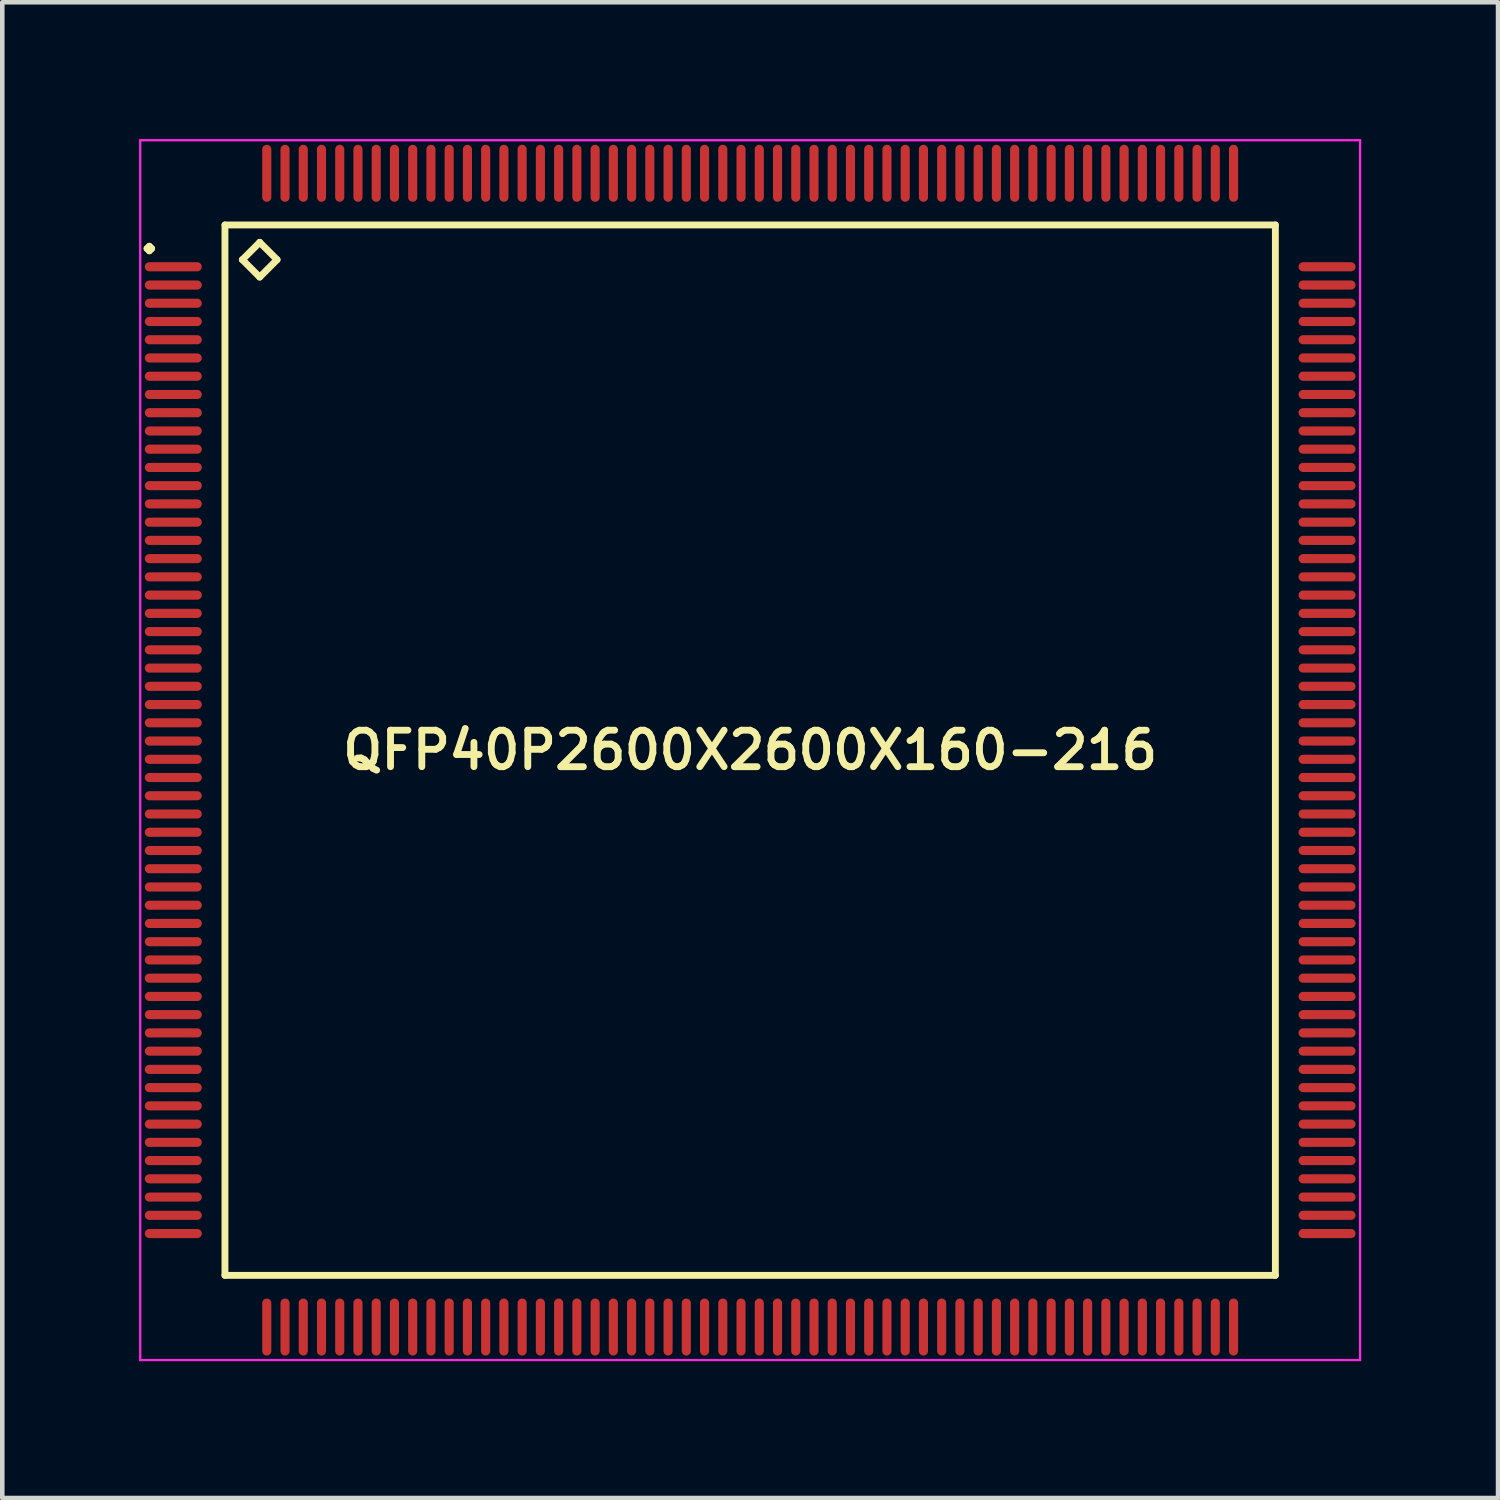
<source format=kicad_pcb>
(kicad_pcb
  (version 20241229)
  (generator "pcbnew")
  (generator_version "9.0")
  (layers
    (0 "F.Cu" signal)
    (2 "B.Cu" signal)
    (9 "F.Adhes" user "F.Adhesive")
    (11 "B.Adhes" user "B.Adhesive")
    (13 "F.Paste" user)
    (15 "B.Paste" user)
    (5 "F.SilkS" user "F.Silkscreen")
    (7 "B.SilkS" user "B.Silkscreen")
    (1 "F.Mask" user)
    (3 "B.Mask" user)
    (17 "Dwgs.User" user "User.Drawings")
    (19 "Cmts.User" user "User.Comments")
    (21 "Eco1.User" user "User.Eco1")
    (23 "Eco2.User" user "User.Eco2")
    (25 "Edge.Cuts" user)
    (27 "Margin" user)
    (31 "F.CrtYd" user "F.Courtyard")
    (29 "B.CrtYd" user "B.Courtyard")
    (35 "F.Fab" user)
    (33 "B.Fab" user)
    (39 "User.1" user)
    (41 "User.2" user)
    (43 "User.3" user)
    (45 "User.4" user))
  (footprint "QFP40P2600X2600X160-216"
    (layer "F.Cu")
    (at 13.4 13.4)
    (property "Reference" "QFP40P2600X2600X160-216" (at 0 0 0) (layer "F.SilkS") (effects (font (size 0.8 0.8) (thickness 0.15))))
    (attr smd)
    (fp_line (start -13.225 -11) (end -13.175 -11.05) (stroke (width 0.15) (type solid)) (layer "F.SilkS"))
    (fp_line (start -13.175 -11.05) (end -13.125 -11) (stroke (width 0.15) (type solid)) (layer "F.SilkS"))
    (fp_line (start -13.175 -10.95) (end -13.225 -11) (stroke (width 0.15) (type solid)) (layer "F.SilkS"))
    (fp_line (start -13.125 -11) (end -13.175 -10.95) (stroke (width 0.15) (type solid)) (layer "F.SilkS"))
    (fp_line (start -11.517 -11.517) (end -11.517 11.517) (stroke (width 0.15) (type solid)) (layer "F.SilkS"))
    (fp_line (start -11.517 11.517) (end 11.517 11.517) (stroke (width 0.15) (type solid)) (layer "F.SilkS"))
    (fp_line (start -11.136 -10.755) (end -10.755 -11.136) (stroke (width 0.15) (type solid)) (layer "F.SilkS"))
    (fp_line (start -10.755 -11.136) (end -10.374 -10.755) (stroke (width 0.15) (type solid)) (layer "F.SilkS"))
    (fp_line (start -10.755 -10.374) (end -11.136 -10.755) (stroke (width 0.15) (type solid)) (layer "F.SilkS"))
    (fp_line (start -10.374 -10.755) (end -10.755 -10.374) (stroke (width 0.15) (type solid)) (layer "F.SilkS"))
    (fp_line (start 11.517 -11.517) (end -11.517 -11.517) (stroke (width 0.15) (type solid)) (layer "F.SilkS"))
    (fp_line (start 11.517 11.517) (end 11.517 -11.517) (stroke (width 0.15) (type solid)) (layer "F.SilkS"))
    (fp_line (start -13.375 -13.375) (end 13.375 -13.375) (stroke (width 0.05) (type solid)) (layer "F.CrtYd"))
    (fp_line (start -13.375 13.375) (end -13.375 -13.375) (stroke (width 0.05) (type solid)) (layer "F.CrtYd"))
    (fp_line (start 13.375 -13.375) (end 13.375 13.375) (stroke (width 0.05) (type solid)) (layer "F.CrtYd"))
    (fp_line (start 13.375 13.375) (end -13.375 13.375) (stroke (width 0.05) (type solid)) (layer "F.CrtYd"))
    (pad "1" smd oval (at -12.65 -10.6) (size 1.25 0.2) (layers "F.Cu" "F.Mask" "F.Paste"))
    (pad "2" smd oval (at -12.65 -10.2) (size 1.25 0.2) (layers "F.Cu" "F.Mask" "F.Paste"))
    (pad "3" smd oval (at -12.65 -9.8) (size 1.25 0.2) (layers "F.Cu" "F.Mask" "F.Paste"))
    (pad "4" smd oval (at -12.65 -9.4) (size 1.25 0.2) (layers "F.Cu" "F.Mask" "F.Paste"))
    (pad "5" smd oval (at -12.65 -9) (size 1.25 0.2) (layers "F.Cu" "F.Mask" "F.Paste"))
    (pad "6" smd oval (at -12.65 -8.6) (size 1.25 0.2) (layers "F.Cu" "F.Mask" "F.Paste"))
    (pad "7" smd oval (at -12.65 -8.2) (size 1.25 0.2) (layers "F.Cu" "F.Mask" "F.Paste"))
    (pad "8" smd oval (at -12.65 -7.8) (size 1.25 0.2) (layers "F.Cu" "F.Mask" "F.Paste"))
    (pad "9" smd oval (at -12.65 -7.4) (size 1.25 0.2) (layers "F.Cu" "F.Mask" "F.Paste"))
    (pad "10" smd oval (at -12.65 -7) (size 1.25 0.2) (layers "F.Cu" "F.Mask" "F.Paste"))
    (pad "11" smd oval (at -12.65 -6.6) (size 1.25 0.2) (layers "F.Cu" "F.Mask" "F.Paste"))
    (pad "12" smd oval (at -12.65 -6.2) (size 1.25 0.2) (layers "F.Cu" "F.Mask" "F.Paste"))
    (pad "13" smd oval (at -12.65 -5.8) (size 1.25 0.2) (layers "F.Cu" "F.Mask" "F.Paste"))
    (pad "14" smd oval (at -12.65 -5.4) (size 1.25 0.2) (layers "F.Cu" "F.Mask" "F.Paste"))
    (pad "15" smd oval (at -12.65 -5) (size 1.25 0.2) (layers "F.Cu" "F.Mask" "F.Paste"))
    (pad "16" smd oval (at -12.65 -4.6) (size 1.25 0.2) (layers "F.Cu" "F.Mask" "F.Paste"))
    (pad "17" smd oval (at -12.65 -4.2) (size 1.25 0.2) (layers "F.Cu" "F.Mask" "F.Paste"))
    (pad "18" smd oval (at -12.65 -3.8) (size 1.25 0.2) (layers "F.Cu" "F.Mask" "F.Paste"))
    (pad "19" smd oval (at -12.65 -3.4) (size 1.25 0.2) (layers "F.Cu" "F.Mask" "F.Paste"))
    (pad "20" smd oval (at -12.65 -3) (size 1.25 0.2) (layers "F.Cu" "F.Mask" "F.Paste"))
    (pad "21" smd oval (at -12.65 -2.6) (size 1.25 0.2) (layers "F.Cu" "F.Mask" "F.Paste"))
    (pad "22" smd oval (at -12.65 -2.2) (size 1.25 0.2) (layers "F.Cu" "F.Mask" "F.Paste"))
    (pad "23" smd oval (at -12.65 -1.8) (size 1.25 0.2) (layers "F.Cu" "F.Mask" "F.Paste"))
    (pad "24" smd oval (at -12.65 -1.4) (size 1.25 0.2) (layers "F.Cu" "F.Mask" "F.Paste"))
    (pad "25" smd oval (at -12.65 -1) (size 1.25 0.2) (layers "F.Cu" "F.Mask" "F.Paste"))
    (pad "26" smd oval (at -12.65 -0.6) (size 1.25 0.2) (layers "F.Cu" "F.Mask" "F.Paste"))
    (pad "27" smd oval (at -12.65 -0.2) (size 1.25 0.2) (layers "F.Cu" "F.Mask" "F.Paste"))
    (pad "28" smd oval (at -12.65 0.2) (size 1.25 0.2) (layers "F.Cu" "F.Mask" "F.Paste"))
    (pad "29" smd oval (at -12.65 0.6) (size 1.25 0.2) (layers "F.Cu" "F.Mask" "F.Paste"))
    (pad "30" smd oval (at -12.65 1) (size 1.25 0.2) (layers "F.Cu" "F.Mask" "F.Paste"))
    (pad "31" smd oval (at -12.65 1.4) (size 1.25 0.2) (layers "F.Cu" "F.Mask" "F.Paste"))
    (pad "32" smd oval (at -12.65 1.8) (size 1.25 0.2) (layers "F.Cu" "F.Mask" "F.Paste"))
    (pad "33" smd oval (at -12.65 2.2) (size 1.25 0.2) (layers "F.Cu" "F.Mask" "F.Paste"))
    (pad "34" smd oval (at -12.65 2.6) (size 1.25 0.2) (layers "F.Cu" "F.Mask" "F.Paste"))
    (pad "35" smd oval (at -12.65 3) (size 1.25 0.2) (layers "F.Cu" "F.Mask" "F.Paste"))
    (pad "36" smd oval (at -12.65 3.4) (size 1.25 0.2) (layers "F.Cu" "F.Mask" "F.Paste"))
    (pad "37" smd oval (at -12.65 3.8) (size 1.25 0.2) (layers "F.Cu" "F.Mask" "F.Paste"))
    (pad "38" smd oval (at -12.65 4.2) (size 1.25 0.2) (layers "F.Cu" "F.Mask" "F.Paste"))
    (pad "39" smd oval (at -12.65 4.6) (size 1.25 0.2) (layers "F.Cu" "F.Mask" "F.Paste"))
    (pad "40" smd oval (at -12.65 5) (size 1.25 0.2) (layers "F.Cu" "F.Mask" "F.Paste"))
    (pad "41" smd oval (at -12.65 5.4) (size 1.25 0.2) (layers "F.Cu" "F.Mask" "F.Paste"))
    (pad "42" smd oval (at -12.65 5.8) (size 1.25 0.2) (layers "F.Cu" "F.Mask" "F.Paste"))
    (pad "43" smd oval (at -12.65 6.2) (size 1.25 0.2) (layers "F.Cu" "F.Mask" "F.Paste"))
    (pad "44" smd oval (at -12.65 6.6) (size 1.25 0.2) (layers "F.Cu" "F.Mask" "F.Paste"))
    (pad "45" smd oval (at -12.65 7) (size 1.25 0.2) (layers "F.Cu" "F.Mask" "F.Paste"))
    (pad "46" smd oval (at -12.65 7.4) (size 1.25 0.2) (layers "F.Cu" "F.Mask" "F.Paste"))
    (pad "47" smd oval (at -12.65 7.8) (size 1.25 0.2) (layers "F.Cu" "F.Mask" "F.Paste"))
    (pad "48" smd oval (at -12.65 8.2) (size 1.25 0.2) (layers "F.Cu" "F.Mask" "F.Paste"))
    (pad "49" smd oval (at -12.65 8.6) (size 1.25 0.2) (layers "F.Cu" "F.Mask" "F.Paste"))
    (pad "50" smd oval (at -12.65 9) (size 1.25 0.2) (layers "F.Cu" "F.Mask" "F.Paste"))
    (pad "51" smd oval (at -12.65 9.4) (size 1.25 0.2) (layers "F.Cu" "F.Mask" "F.Paste"))
    (pad "52" smd oval (at -12.65 9.8) (size 1.25 0.2) (layers "F.Cu" "F.Mask" "F.Paste"))
    (pad "53" smd oval (at -12.65 10.2) (size 1.25 0.2) (layers "F.Cu" "F.Mask" "F.Paste"))
    (pad "54" smd oval (at -12.65 10.6) (size 1.25 0.2) (layers "F.Cu" "F.Mask" "F.Paste"))
    (pad "55" smd oval (at -10.6 12.65) (size 0.2 1.25) (layers "F.Cu" "F.Mask" "F.Paste"))
    (pad "56" smd oval (at -10.2 12.65) (size 0.2 1.25) (layers "F.Cu" "F.Mask" "F.Paste"))
    (pad "57" smd oval (at -9.8 12.65) (size 0.2 1.25) (layers "F.Cu" "F.Mask" "F.Paste"))
    (pad "58" smd oval (at -9.4 12.65) (size 0.2 1.25) (layers "F.Cu" "F.Mask" "F.Paste"))
    (pad "59" smd oval (at -9 12.65) (size 0.2 1.25) (layers "F.Cu" "F.Mask" "F.Paste"))
    (pad "60" smd oval (at -8.6 12.65) (size 0.2 1.25) (layers "F.Cu" "F.Mask" "F.Paste"))
    (pad "61" smd oval (at -8.2 12.65) (size 0.2 1.25) (layers "F.Cu" "F.Mask" "F.Paste"))
    (pad "62" smd oval (at -7.8 12.65) (size 0.2 1.25) (layers "F.Cu" "F.Mask" "F.Paste"))
    (pad "63" smd oval (at -7.4 12.65) (size 0.2 1.25) (layers "F.Cu" "F.Mask" "F.Paste"))
    (pad "64" smd oval (at -7 12.65) (size 0.2 1.25) (layers "F.Cu" "F.Mask" "F.Paste"))
    (pad "65" smd oval (at -6.6 12.65) (size 0.2 1.25) (layers "F.Cu" "F.Mask" "F.Paste"))
    (pad "66" smd oval (at -6.2 12.65) (size 0.2 1.25) (layers "F.Cu" "F.Mask" "F.Paste"))
    (pad "67" smd oval (at -5.8 12.65) (size 0.2 1.25) (layers "F.Cu" "F.Mask" "F.Paste"))
    (pad "68" smd oval (at -5.4 12.65) (size 0.2 1.25) (layers "F.Cu" "F.Mask" "F.Paste"))
    (pad "69" smd oval (at -5 12.65) (size 0.2 1.25) (layers "F.Cu" "F.Mask" "F.Paste"))
    (pad "70" smd oval (at -4.6 12.65) (size 0.2 1.25) (layers "F.Cu" "F.Mask" "F.Paste"))
    (pad "71" smd oval (at -4.2 12.65) (size 0.2 1.25) (layers "F.Cu" "F.Mask" "F.Paste"))
    (pad "72" smd oval (at -3.8 12.65) (size 0.2 1.25) (layers "F.Cu" "F.Mask" "F.Paste"))
    (pad "73" smd oval (at -3.4 12.65) (size 0.2 1.25) (layers "F.Cu" "F.Mask" "F.Paste"))
    (pad "74" smd oval (at -3 12.65) (size 0.2 1.25) (layers "F.Cu" "F.Mask" "F.Paste"))
    (pad "75" smd oval (at -2.6 12.65) (size 0.2 1.25) (layers "F.Cu" "F.Mask" "F.Paste"))
    (pad "76" smd oval (at -2.2 12.65) (size 0.2 1.25) (layers "F.Cu" "F.Mask" "F.Paste"))
    (pad "77" smd oval (at -1.8 12.65) (size 0.2 1.25) (layers "F.Cu" "F.Mask" "F.Paste"))
    (pad "78" smd oval (at -1.4 12.65) (size 0.2 1.25) (layers "F.Cu" "F.Mask" "F.Paste"))
    (pad "79" smd oval (at -1 12.65) (size 0.2 1.25) (layers "F.Cu" "F.Mask" "F.Paste"))
    (pad "80" smd oval (at -0.6 12.65) (size 0.2 1.25) (layers "F.Cu" "F.Mask" "F.Paste"))
    (pad "81" smd oval (at -0.2 12.65) (size 0.2 1.25) (layers "F.Cu" "F.Mask" "F.Paste"))
    (pad "82" smd oval (at 0.2 12.65) (size 0.2 1.25) (layers "F.Cu" "F.Mask" "F.Paste"))
    (pad "83" smd oval (at 0.6 12.65) (size 0.2 1.25) (layers "F.Cu" "F.Mask" "F.Paste"))
    (pad "84" smd oval (at 1 12.65) (size 0.2 1.25) (layers "F.Cu" "F.Mask" "F.Paste"))
    (pad "85" smd oval (at 1.4 12.65) (size 0.2 1.25) (layers "F.Cu" "F.Mask" "F.Paste"))
    (pad "86" smd oval (at 1.8 12.65) (size 0.2 1.25) (layers "F.Cu" "F.Mask" "F.Paste"))
    (pad "87" smd oval (at 2.2 12.65) (size 0.2 1.25) (layers "F.Cu" "F.Mask" "F.Paste"))
    (pad "88" smd oval (at 2.6 12.65) (size 0.2 1.25) (layers "F.Cu" "F.Mask" "F.Paste"))
    (pad "89" smd oval (at 3 12.65) (size 0.2 1.25) (layers "F.Cu" "F.Mask" "F.Paste"))
    (pad "90" smd oval (at 3.4 12.65) (size 0.2 1.25) (layers "F.Cu" "F.Mask" "F.Paste"))
    (pad "91" smd oval (at 3.8 12.65) (size 0.2 1.25) (layers "F.Cu" "F.Mask" "F.Paste"))
    (pad "92" smd oval (at 4.2 12.65) (size 0.2 1.25) (layers "F.Cu" "F.Mask" "F.Paste"))
    (pad "93" smd oval (at 4.6 12.65) (size 0.2 1.25) (layers "F.Cu" "F.Mask" "F.Paste"))
    (pad "94" smd oval (at 5 12.65) (size 0.2 1.25) (layers "F.Cu" "F.Mask" "F.Paste"))
    (pad "95" smd oval (at 5.4 12.65) (size 0.2 1.25) (layers "F.Cu" "F.Mask" "F.Paste"))
    (pad "96" smd oval (at 5.8 12.65) (size 0.2 1.25) (layers "F.Cu" "F.Mask" "F.Paste"))
    (pad "97" smd oval (at 6.2 12.65) (size 0.2 1.25) (layers "F.Cu" "F.Mask" "F.Paste"))
    (pad "98" smd oval (at 6.6 12.65) (size 0.2 1.25) (layers "F.Cu" "F.Mask" "F.Paste"))
    (pad "99" smd oval (at 7 12.65) (size 0.2 1.25) (layers "F.Cu" "F.Mask" "F.Paste"))
    (pad "100" smd oval (at 7.4 12.65) (size 0.2 1.25) (layers "F.Cu" "F.Mask" "F.Paste"))
    (pad "101" smd oval (at 7.8 12.65) (size 0.2 1.25) (layers "F.Cu" "F.Mask" "F.Paste"))
    (pad "102" smd oval (at 8.2 12.65) (size 0.2 1.25) (layers "F.Cu" "F.Mask" "F.Paste"))
    (pad "103" smd oval (at 8.6 12.65) (size 0.2 1.25) (layers "F.Cu" "F.Mask" "F.Paste"))
    (pad "104" smd oval (at 9 12.65) (size 0.2 1.25) (layers "F.Cu" "F.Mask" "F.Paste"))
    (pad "105" smd oval (at 9.4 12.65) (size 0.2 1.25) (layers "F.Cu" "F.Mask" "F.Paste"))
    (pad "106" smd oval (at 9.8 12.65) (size 0.2 1.25) (layers "F.Cu" "F.Mask" "F.Paste"))
    (pad "107" smd oval (at 10.2 12.65) (size 0.2 1.25) (layers "F.Cu" "F.Mask" "F.Paste"))
    (pad "108" smd oval (at 10.6 12.65) (size 0.2 1.25) (layers "F.Cu" "F.Mask" "F.Paste"))
    (pad "109" smd oval (at 12.65 10.6) (size 1.25 0.2) (layers "F.Cu" "F.Mask" "F.Paste"))
    (pad "110" smd oval (at 12.65 10.2) (size 1.25 0.2) (layers "F.Cu" "F.Mask" "F.Paste"))
    (pad "111" smd oval (at 12.65 9.8) (size 1.25 0.2) (layers "F.Cu" "F.Mask" "F.Paste"))
    (pad "112" smd oval (at 12.65 9.4) (size 1.25 0.2) (layers "F.Cu" "F.Mask" "F.Paste"))
    (pad "113" smd oval (at 12.65 9) (size 1.25 0.2) (layers "F.Cu" "F.Mask" "F.Paste"))
    (pad "114" smd oval (at 12.65 8.6) (size 1.25 0.2) (layers "F.Cu" "F.Mask" "F.Paste"))
    (pad "115" smd oval (at 12.65 8.2) (size 1.25 0.2) (layers "F.Cu" "F.Mask" "F.Paste"))
    (pad "116" smd oval (at 12.65 7.8) (size 1.25 0.2) (layers "F.Cu" "F.Mask" "F.Paste"))
    (pad "117" smd oval (at 12.65 7.4) (size 1.25 0.2) (layers "F.Cu" "F.Mask" "F.Paste"))
    (pad "118" smd oval (at 12.65 7) (size 1.25 0.2) (layers "F.Cu" "F.Mask" "F.Paste"))
    (pad "119" smd oval (at 12.65 6.6) (size 1.25 0.2) (layers "F.Cu" "F.Mask" "F.Paste"))
    (pad "120" smd oval (at 12.65 6.2) (size 1.25 0.2) (layers "F.Cu" "F.Mask" "F.Paste"))
    (pad "121" smd oval (at 12.65 5.8) (size 1.25 0.2) (layers "F.Cu" "F.Mask" "F.Paste"))
    (pad "122" smd oval (at 12.65 5.4) (size 1.25 0.2) (layers "F.Cu" "F.Mask" "F.Paste"))
    (pad "123" smd oval (at 12.65 5) (size 1.25 0.2) (layers "F.Cu" "F.Mask" "F.Paste"))
    (pad "124" smd oval (at 12.65 4.6) (size 1.25 0.2) (layers "F.Cu" "F.Mask" "F.Paste"))
    (pad "125" smd oval (at 12.65 4.2) (size 1.25 0.2) (layers "F.Cu" "F.Mask" "F.Paste"))
    (pad "126" smd oval (at 12.65 3.8) (size 1.25 0.2) (layers "F.Cu" "F.Mask" "F.Paste"))
    (pad "127" smd oval (at 12.65 3.4) (size 1.25 0.2) (layers "F.Cu" "F.Mask" "F.Paste"))
    (pad "128" smd oval (at 12.65 3) (size 1.25 0.2) (layers "F.Cu" "F.Mask" "F.Paste"))
    (pad "129" smd oval (at 12.65 2.6) (size 1.25 0.2) (layers "F.Cu" "F.Mask" "F.Paste"))
    (pad "130" smd oval (at 12.65 2.2) (size 1.25 0.2) (layers "F.Cu" "F.Mask" "F.Paste"))
    (pad "131" smd oval (at 12.65 1.8) (size 1.25 0.2) (layers "F.Cu" "F.Mask" "F.Paste"))
    (pad "132" smd oval (at 12.65 1.4) (size 1.25 0.2) (layers "F.Cu" "F.Mask" "F.Paste"))
    (pad "133" smd oval (at 12.65 1) (size 1.25 0.2) (layers "F.Cu" "F.Mask" "F.Paste"))
    (pad "134" smd oval (at 12.65 0.6) (size 1.25 0.2) (layers "F.Cu" "F.Mask" "F.Paste"))
    (pad "135" smd oval (at 12.65 0.2) (size 1.25 0.2) (layers "F.Cu" "F.Mask" "F.Paste"))
    (pad "136" smd oval (at 12.65 -0.2) (size 1.25 0.2) (layers "F.Cu" "F.Mask" "F.Paste"))
    (pad "137" smd oval (at 12.65 -0.6) (size 1.25 0.2) (layers "F.Cu" "F.Mask" "F.Paste"))
    (pad "138" smd oval (at 12.65 -1) (size 1.25 0.2) (layers "F.Cu" "F.Mask" "F.Paste"))
    (pad "139" smd oval (at 12.65 -1.4) (size 1.25 0.2) (layers "F.Cu" "F.Mask" "F.Paste"))
    (pad "140" smd oval (at 12.65 -1.8) (size 1.25 0.2) (layers "F.Cu" "F.Mask" "F.Paste"))
    (pad "141" smd oval (at 12.65 -2.2) (size 1.25 0.2) (layers "F.Cu" "F.Mask" "F.Paste"))
    (pad "142" smd oval (at 12.65 -2.6) (size 1.25 0.2) (layers "F.Cu" "F.Mask" "F.Paste"))
    (pad "143" smd oval (at 12.65 -3) (size 1.25 0.2) (layers "F.Cu" "F.Mask" "F.Paste"))
    (pad "144" smd oval (at 12.65 -3.4) (size 1.25 0.2) (layers "F.Cu" "F.Mask" "F.Paste"))
    (pad "145" smd oval (at 12.65 -3.8) (size 1.25 0.2) (layers "F.Cu" "F.Mask" "F.Paste"))
    (pad "146" smd oval (at 12.65 -4.2) (size 1.25 0.2) (layers "F.Cu" "F.Mask" "F.Paste"))
    (pad "147" smd oval (at 12.65 -4.6) (size 1.25 0.2) (layers "F.Cu" "F.Mask" "F.Paste"))
    (pad "148" smd oval (at 12.65 -5) (size 1.25 0.2) (layers "F.Cu" "F.Mask" "F.Paste"))
    (pad "149" smd oval (at 12.65 -5.4) (size 1.25 0.2) (layers "F.Cu" "F.Mask" "F.Paste"))
    (pad "150" smd oval (at 12.65 -5.8) (size 1.25 0.2) (layers "F.Cu" "F.Mask" "F.Paste"))
    (pad "151" smd oval (at 12.65 -6.2) (size 1.25 0.2) (layers "F.Cu" "F.Mask" "F.Paste"))
    (pad "152" smd oval (at 12.65 -6.6) (size 1.25 0.2) (layers "F.Cu" "F.Mask" "F.Paste"))
    (pad "153" smd oval (at 12.65 -7) (size 1.25 0.2) (layers "F.Cu" "F.Mask" "F.Paste"))
    (pad "154" smd oval (at 12.65 -7.4) (size 1.25 0.2) (layers "F.Cu" "F.Mask" "F.Paste"))
    (pad "155" smd oval (at 12.65 -7.8) (size 1.25 0.2) (layers "F.Cu" "F.Mask" "F.Paste"))
    (pad "156" smd oval (at 12.65 -8.2) (size 1.25 0.2) (layers "F.Cu" "F.Mask" "F.Paste"))
    (pad "157" smd oval (at 12.65 -8.6) (size 1.25 0.2) (layers "F.Cu" "F.Mask" "F.Paste"))
    (pad "158" smd oval (at 12.65 -9) (size 1.25 0.2) (layers "F.Cu" "F.Mask" "F.Paste"))
    (pad "159" smd oval (at 12.65 -9.4) (size 1.25 0.2) (layers "F.Cu" "F.Mask" "F.Paste"))
    (pad "160" smd oval (at 12.65 -9.8) (size 1.25 0.2) (layers "F.Cu" "F.Mask" "F.Paste"))
    (pad "161" smd oval (at 12.65 -10.2) (size 1.25 0.2) (layers "F.Cu" "F.Mask" "F.Paste"))
    (pad "162" smd oval (at 12.65 -10.6) (size 1.25 0.2) (layers "F.Cu" "F.Mask" "F.Paste"))
    (pad "163" smd oval (at 10.6 -12.65) (size 0.2 1.25) (layers "F.Cu" "F.Mask" "F.Paste"))
    (pad "164" smd oval (at 10.2 -12.65) (size 0.2 1.25) (layers "F.Cu" "F.Mask" "F.Paste"))
    (pad "165" smd oval (at 9.8 -12.65) (size 0.2 1.25) (layers "F.Cu" "F.Mask" "F.Paste"))
    (pad "166" smd oval (at 9.4 -12.65) (size 0.2 1.25) (layers "F.Cu" "F.Mask" "F.Paste"))
    (pad "167" smd oval (at 9 -12.65) (size 0.2 1.25) (layers "F.Cu" "F.Mask" "F.Paste"))
    (pad "168" smd oval (at 8.6 -12.65) (size 0.2 1.25) (layers "F.Cu" "F.Mask" "F.Paste"))
    (pad "169" smd oval (at 8.2 -12.65) (size 0.2 1.25) (layers "F.Cu" "F.Mask" "F.Paste"))
    (pad "170" smd oval (at 7.8 -12.65) (size 0.2 1.25) (layers "F.Cu" "F.Mask" "F.Paste"))
    (pad "171" smd oval (at 7.4 -12.65) (size 0.2 1.25) (layers "F.Cu" "F.Mask" "F.Paste"))
    (pad "172" smd oval (at 7 -12.65) (size 0.2 1.25) (layers "F.Cu" "F.Mask" "F.Paste"))
    (pad "173" smd oval (at 6.6 -12.65) (size 0.2 1.25) (layers "F.Cu" "F.Mask" "F.Paste"))
    (pad "174" smd oval (at 6.2 -12.65) (size 0.2 1.25) (layers "F.Cu" "F.Mask" "F.Paste"))
    (pad "175" smd oval (at 5.8 -12.65) (size 0.2 1.25) (layers "F.Cu" "F.Mask" "F.Paste"))
    (pad "176" smd oval (at 5.4 -12.65) (size 0.2 1.25) (layers "F.Cu" "F.Mask" "F.Paste"))
    (pad "177" smd oval (at 5 -12.65) (size 0.2 1.25) (layers "F.Cu" "F.Mask" "F.Paste"))
    (pad "178" smd oval (at 4.6 -12.65) (size 0.2 1.25) (layers "F.Cu" "F.Mask" "F.Paste"))
    (pad "179" smd oval (at 4.2 -12.65) (size 0.2 1.25) (layers "F.Cu" "F.Mask" "F.Paste"))
    (pad "180" smd oval (at 3.8 -12.65) (size 0.2 1.25) (layers "F.Cu" "F.Mask" "F.Paste"))
    (pad "181" smd oval (at 3.4 -12.65) (size 0.2 1.25) (layers "F.Cu" "F.Mask" "F.Paste"))
    (pad "182" smd oval (at 3 -12.65) (size 0.2 1.25) (layers "F.Cu" "F.Mask" "F.Paste"))
    (pad "183" smd oval (at 2.6 -12.65) (size 0.2 1.25) (layers "F.Cu" "F.Mask" "F.Paste"))
    (pad "184" smd oval (at 2.2 -12.65) (size 0.2 1.25) (layers "F.Cu" "F.Mask" "F.Paste"))
    (pad "185" smd oval (at 1.8 -12.65) (size 0.2 1.25) (layers "F.Cu" "F.Mask" "F.Paste"))
    (pad "186" smd oval (at 1.4 -12.65) (size 0.2 1.25) (layers "F.Cu" "F.Mask" "F.Paste"))
    (pad "187" smd oval (at 1 -12.65) (size 0.2 1.25) (layers "F.Cu" "F.Mask" "F.Paste"))
    (pad "188" smd oval (at 0.6 -12.65) (size 0.2 1.25) (layers "F.Cu" "F.Mask" "F.Paste"))
    (pad "189" smd oval (at 0.2 -12.65) (size 0.2 1.25) (layers "F.Cu" "F.Mask" "F.Paste"))
    (pad "190" smd oval (at -0.2 -12.65) (size 0.2 1.25) (layers "F.Cu" "F.Mask" "F.Paste"))
    (pad "191" smd oval (at -0.6 -12.65) (size 0.2 1.25) (layers "F.Cu" "F.Mask" "F.Paste"))
    (pad "192" smd oval (at -1 -12.65) (size 0.2 1.25) (layers "F.Cu" "F.Mask" "F.Paste"))
    (pad "193" smd oval (at -1.4 -12.65) (size 0.2 1.25) (layers "F.Cu" "F.Mask" "F.Paste"))
    (pad "194" smd oval (at -1.8 -12.65) (size 0.2 1.25) (layers "F.Cu" "F.Mask" "F.Paste"))
    (pad "195" smd oval (at -2.2 -12.65) (size 0.2 1.25) (layers "F.Cu" "F.Mask" "F.Paste"))
    (pad "196" smd oval (at -2.6 -12.65) (size 0.2 1.25) (layers "F.Cu" "F.Mask" "F.Paste"))
    (pad "197" smd oval (at -3 -12.65) (size 0.2 1.25) (layers "F.Cu" "F.Mask" "F.Paste"))
    (pad "198" smd oval (at -3.4 -12.65) (size 0.2 1.25) (layers "F.Cu" "F.Mask" "F.Paste"))
    (pad "199" smd oval (at -3.8 -12.65) (size 0.2 1.25) (layers "F.Cu" "F.Mask" "F.Paste"))
    (pad "200" smd oval (at -4.2 -12.65) (size 0.2 1.25) (layers "F.Cu" "F.Mask" "F.Paste"))
    (pad "201" smd oval (at -4.6 -12.65) (size 0.2 1.25) (layers "F.Cu" "F.Mask" "F.Paste"))
    (pad "202" smd oval (at -5 -12.65) (size 0.2 1.25) (layers "F.Cu" "F.Mask" "F.Paste"))
    (pad "203" smd oval (at -5.4 -12.65) (size 0.2 1.25) (layers "F.Cu" "F.Mask" "F.Paste"))
    (pad "204" smd oval (at -5.8 -12.65) (size 0.2 1.25) (layers "F.Cu" "F.Mask" "F.Paste"))
    (pad "205" smd oval (at -6.2 -12.65) (size 0.2 1.25) (layers "F.Cu" "F.Mask" "F.Paste"))
    (pad "206" smd oval (at -6.6 -12.65) (size 0.2 1.25) (layers "F.Cu" "F.Mask" "F.Paste"))
    (pad "207" smd oval (at -7 -12.65) (size 0.2 1.25) (layers "F.Cu" "F.Mask" "F.Paste"))
    (pad "208" smd oval (at -7.4 -12.65) (size 0.2 1.25) (layers "F.Cu" "F.Mask" "F.Paste"))
    (pad "209" smd oval (at -7.8 -12.65) (size 0.2 1.25) (layers "F.Cu" "F.Mask" "F.Paste"))
    (pad "210" smd oval (at -8.2 -12.65) (size 0.2 1.25) (layers "F.Cu" "F.Mask" "F.Paste"))
    (pad "211" smd oval (at -8.6 -12.65) (size 0.2 1.25) (layers "F.Cu" "F.Mask" "F.Paste"))
    (pad "212" smd oval (at -9 -12.65) (size 0.2 1.25) (layers "F.Cu" "F.Mask" "F.Paste"))
    (pad "213" smd oval (at -9.4 -12.65) (size 0.2 1.25) (layers "F.Cu" "F.Mask" "F.Paste"))
    (pad "214" smd oval (at -9.8 -12.65) (size 0.2 1.25) (layers "F.Cu" "F.Mask" "F.Paste"))
    (pad "215" smd oval (at -10.2 -12.65) (size 0.2 1.25) (layers "F.Cu" "F.Mask" "F.Paste"))
    (pad "216" smd oval (at -10.6 -12.65) (size 0.2 1.25) (layers "F.Cu" "F.Mask" "F.Paste")))
  (gr_rect
    (start -3 -3)
    (end 29.8 29.8)
    (stroke (width 0.1) (type default))
    (fill no)
    (layer "Edge.Cuts")))
</source>
